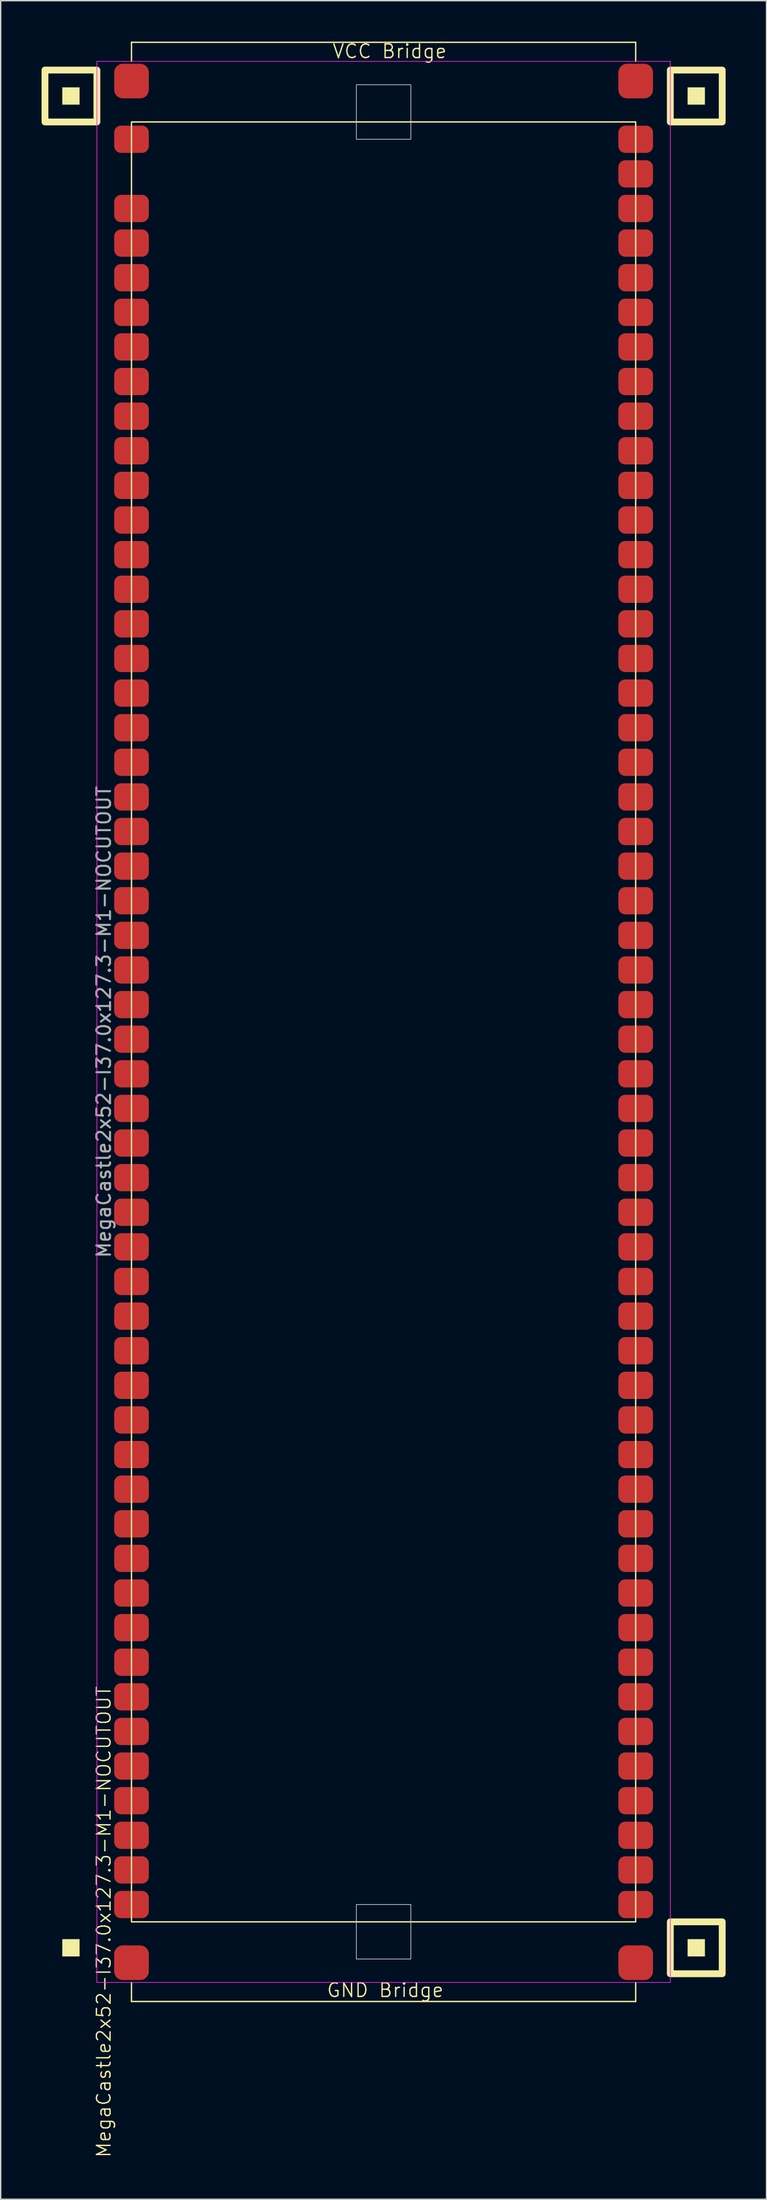
<source format=kicad_pcb>
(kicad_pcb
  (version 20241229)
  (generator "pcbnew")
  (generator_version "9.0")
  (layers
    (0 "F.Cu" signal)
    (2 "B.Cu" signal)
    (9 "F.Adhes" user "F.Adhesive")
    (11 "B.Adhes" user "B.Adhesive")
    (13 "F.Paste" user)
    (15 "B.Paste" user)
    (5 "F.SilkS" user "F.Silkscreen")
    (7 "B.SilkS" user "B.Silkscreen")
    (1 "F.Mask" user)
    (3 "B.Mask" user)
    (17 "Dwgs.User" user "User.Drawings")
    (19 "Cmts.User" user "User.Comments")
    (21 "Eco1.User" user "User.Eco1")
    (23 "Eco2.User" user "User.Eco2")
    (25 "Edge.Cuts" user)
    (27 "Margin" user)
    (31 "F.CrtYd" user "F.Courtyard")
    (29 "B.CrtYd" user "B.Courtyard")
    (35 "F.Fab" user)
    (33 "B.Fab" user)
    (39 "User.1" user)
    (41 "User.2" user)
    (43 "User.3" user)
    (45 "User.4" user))
  (footprint "MegaCastle2x52-I37.0x127.3-M1-NOCUTOUT"
    (layer "F.Cu")
    (at 25.1 71.94)
    (property "Reference" "MegaCastle2x52-I37.0x127.3-M1-NOCUTOUT" (at -20.532 66.04 90) (unlocked yes) (layer "F.SilkS") (effects (font (size 1 1) (thickness 0.1))))
    (attr smd)
    (fp_line (start -18.5 -71.885) (end 18.5 -71.885) (stroke (width 0.1) (type default)) (layer "F.SilkS"))
    (fp_line (start -18.5 -70.485) (end -18.5 -71.885) (stroke (width 0.1) (type default)) (layer "F.SilkS"))
    (fp_line (start -18.5 70.485) (end -18.5 71.885) (stroke (width 0.1) (type default)) (layer "F.SilkS"))
    (fp_line (start -18.5 71.885) (end 18.5 71.885) (stroke (width 0.1) (type default)) (layer "F.SilkS"))
    (fp_line (start 18.5 -70.485) (end 18.5 -71.885) (stroke (width 0.1) (type default)) (layer "F.SilkS"))
    (fp_line (start 18.5 70.485) (end 18.5 71.885) (stroke (width 0.1) (type default)) (layer "F.SilkS"))
    (fp_rect (start -22.31 -67.31) (end -23.58 -68.58) (stroke (width 0) (type solid)) (fill yes) (layer "F.SilkS"))
    (fp_rect (start -22.31 68.58) (end -23.58 67.31) (stroke (width 0) (type solid)) (fill yes) (layer "F.SilkS"))
    (fp_rect (start -21.04 -66.04) (end -24.85 -69.85) (stroke (width 0.5) (type default)) (fill no) (layer "F.SilkS"))
    (fp_rect (start -18.5 -66.04) (end 18.5 66.04) (stroke (width 0.1) (type default)) (fill no) (layer "F.SilkS"))
    (fp_rect (start 23.58 -67.31) (end 22.31 -68.58) (stroke (width 0) (type solid)) (fill yes) (layer "F.SilkS"))
    (fp_rect (start 23.58 68.58) (end 22.31 67.31) (stroke (width 0) (type solid)) (fill yes) (layer "F.SilkS"))
    (fp_rect (start 24.85 -66.04) (end 21.04 -69.85) (stroke (width 0.5) (type default)) (fill no) (layer "F.SilkS"))
    (fp_rect (start 24.85 69.85) (end 21.04 66.04) (stroke (width 0.5) (type default)) (fill no) (layer "F.SilkS"))
    (fp_rect (start -2 -64.77) (end 2 -68.77) (stroke (width 0.05) (type default)) (fill no) (layer "Edge.Cuts"))
    (fp_rect (start -2 64.77) (end 2 68.77) (stroke (width 0.05) (type default)) (fill no) (layer "Edge.Cuts"))
    (fp_line (start -21.04 -70.485) (end -21.04 70.485) (stroke (width 0.05) (type default)) (layer "F.CrtYd"))
    (fp_line (start -21.04 70.485) (end 21.04 70.485) (stroke (width 0.05) (type default)) (layer "F.CrtYd"))
    (fp_line (start 21.04 -70.485) (end -21.04 -70.485) (stroke (width 0.05) (type default)) (layer "F.CrtYd"))
    (fp_line (start 21.04 -70.485) (end 21.04 70.485) (stroke (width 0.05) (type default)) (layer "F.CrtYd"))
    (fp_text user "VCC Bridge" (at -3.81 -70.64 0) (unlocked yes) (layer "F.SilkS") (effects (font (size 1 1) (thickness 0.1)) (justify left bottom)))
    (fp_text user "GND Bridge" (at -4.226 71.64 0) (unlocked yes) (layer "F.SilkS") (effects (font (size 1 1) (thickness 0.1)) (justify left bottom)))
    (fp_text user "${REFERENCE}" (at -20.532 0 90) (unlocked yes) (layer "F.Fab") (effects (font (size 1 1) (thickness 0.15))))
    (pad "1" smd roundrect (at -18.5 -64.77) (size 2.54 2) (layers "F.Cu" "F.Mask" "F.Paste") (roundrect_rratio 0.25))
    (pad "3" smd roundrect (at -18.5 -59.69) (size 2.54 2) (layers "F.Cu" "F.Mask" "F.Paste") (roundrect_rratio 0.25))
    (pad "4" smd roundrect (at -18.5 -57.15) (size 2.54 2) (layers "F.Cu" "F.Mask" "F.Paste") (roundrect_rratio 0.25))
    (pad "5" smd roundrect (at -18.5 -54.61) (size 2.54 2) (layers "F.Cu" "F.Mask" "F.Paste") (roundrect_rratio 0.25))
    (pad "6" smd roundrect (at -18.5 -52.07) (size 2.54 2) (layers "F.Cu" "F.Mask" "F.Paste") (roundrect_rratio 0.25))
    (pad "7" smd roundrect (at -18.5 -49.53) (size 2.54 2) (layers "F.Cu" "F.Mask" "F.Paste") (roundrect_rratio 0.25))
    (pad "8" smd roundrect (at -18.5 -46.99) (size 2.54 2) (layers "F.Cu" "F.Mask" "F.Paste") (roundrect_rratio 0.25))
    (pad "9" smd roundrect (at -18.5 -44.45) (size 2.54 2) (layers "F.Cu" "F.Mask" "F.Paste") (roundrect_rratio 0.25))
    (pad "10" smd roundrect (at -18.5 -41.91) (size 2.54 2) (layers "F.Cu" "F.Mask" "F.Paste") (roundrect_rratio 0.25))
    (pad "11" smd roundrect (at -18.5 -39.37) (size 2.54 2) (layers "F.Cu" "F.Mask" "F.Paste") (roundrect_rratio 0.25))
    (pad "12" smd roundrect (at -18.5 -36.83) (size 2.54 2) (layers "F.Cu" "F.Mask" "F.Paste") (roundrect_rratio 0.25))
    (pad "13" smd roundrect (at -18.5 -34.29) (size 2.54 2) (layers "F.Cu" "F.Mask" "F.Paste") (roundrect_rratio 0.25))
    (pad "14" smd roundrect (at -18.5 -31.75) (size 2.54 2) (layers "F.Cu" "F.Mask" "F.Paste") (roundrect_rratio 0.25))
    (pad "15" smd roundrect (at -18.5 -29.21) (size 2.54 2) (layers "F.Cu" "F.Mask" "F.Paste") (roundrect_rratio 0.25))
    (pad "16" smd roundrect (at -18.5 -26.67) (size 2.54 2) (layers "F.Cu" "F.Mask" "F.Paste") (roundrect_rratio 0.25))
    (pad "17" smd roundrect (at -18.5 -24.13) (size 2.54 2) (layers "F.Cu" "F.Mask" "F.Paste") (roundrect_rratio 0.25))
    (pad "18" smd roundrect (at -18.5 -21.59) (size 2.54 2) (layers "F.Cu" "F.Mask" "F.Paste") (roundrect_rratio 0.25))
    (pad "19" smd roundrect (at -18.5 -19.05) (size 2.54 2) (layers "F.Cu" "F.Mask" "F.Paste") (roundrect_rratio 0.25))
    (pad "20" smd roundrect (at -18.5 -16.51) (size 2.54 2) (layers "F.Cu" "F.Mask" "F.Paste") (roundrect_rratio 0.25))
    (pad "21" smd roundrect (at -18.5 -13.97) (size 2.54 2) (layers "F.Cu" "F.Mask" "F.Paste") (roundrect_rratio 0.25))
    (pad "22" smd roundrect (at -18.5 -11.43) (size 2.54 2) (layers "F.Cu" "F.Mask" "F.Paste") (roundrect_rratio 0.25))
    (pad "23" smd roundrect (at -18.5 -8.89) (size 2.54 2) (layers "F.Cu" "F.Mask" "F.Paste") (roundrect_rratio 0.25))
    (pad "24" smd roundrect (at -18.5 -6.35) (size 2.54 2) (layers "F.Cu" "F.Mask" "F.Paste") (roundrect_rratio 0.25))
    (pad "25" smd roundrect (at -18.5 -3.81) (size 2.54 2) (layers "F.Cu" "F.Mask" "F.Paste") (roundrect_rratio 0.25))
    (pad "26" smd roundrect (at -18.5 -1.27) (size 2.54 2) (layers "F.Cu" "F.Mask" "F.Paste") (roundrect_rratio 0.25))
    (pad "27" smd roundrect (at -18.5 1.27) (size 2.54 2) (layers "F.Cu" "F.Mask" "F.Paste") (roundrect_rratio 0.25))
    (pad "28" smd roundrect (at -18.5 3.81) (size 2.54 2) (layers "F.Cu" "F.Mask" "F.Paste") (roundrect_rratio 0.25))
    (pad "29" smd roundrect (at -18.5 6.35) (size 2.54 2) (layers "F.Cu" "F.Mask" "F.Paste") (roundrect_rratio 0.25))
    (pad "30" smd roundrect (at -18.5 8.89) (size 2.54 2) (layers "F.Cu" "F.Mask" "F.Paste") (roundrect_rratio 0.25))
    (pad "31" smd roundrect (at -18.5 11.43) (size 2.54 2) (layers "F.Cu" "F.Mask" "F.Paste") (roundrect_rratio 0.25))
    (pad "32" smd roundrect (at -18.5 13.97) (size 2.54 2) (layers "F.Cu" "F.Mask" "F.Paste") (roundrect_rratio 0.25))
    (pad "33" smd roundrect (at -18.5 16.51) (size 2.54 2) (layers "F.Cu" "F.Mask" "F.Paste") (roundrect_rratio 0.25))
    (pad "34" smd roundrect (at -18.5 19.05) (size 2.54 2) (layers "F.Cu" "F.Mask" "F.Paste") (roundrect_rratio 0.25))
    (pad "35" smd roundrect (at -18.5 21.59) (size 2.54 2) (layers "F.Cu" "F.Mask" "F.Paste") (roundrect_rratio 0.25))
    (pad "36" smd roundrect (at -18.5 24.13) (size 2.54 2) (layers "F.Cu" "F.Mask" "F.Paste") (roundrect_rratio 0.25))
    (pad "37" smd roundrect (at -18.5 26.67) (size 2.54 2) (layers "F.Cu" "F.Mask" "F.Paste") (roundrect_rratio 0.25))
    (pad "38" smd roundrect (at -18.5 29.21) (size 2.54 2) (layers "F.Cu" "F.Mask" "F.Paste") (roundrect_rratio 0.25))
    (pad "39" smd roundrect (at -18.5 31.75) (size 2.54 2) (layers "F.Cu" "F.Mask" "F.Paste") (roundrect_rratio 0.25))
    (pad "40" smd roundrect (at -18.5 34.29) (size 2.54 2) (layers "F.Cu" "F.Mask" "F.Paste") (roundrect_rratio 0.25))
    (pad "41" smd roundrect (at -18.5 36.83) (size 2.54 2) (layers "F.Cu" "F.Mask" "F.Paste") (roundrect_rratio 0.25))
    (pad "42" smd roundrect (at -18.5 39.37) (size 2.54 2) (layers "F.Cu" "F.Mask" "F.Paste") (roundrect_rratio 0.25))
    (pad "43" smd roundrect (at -18.5 41.91) (size 2.54 2) (layers "F.Cu" "F.Mask" "F.Paste") (roundrect_rratio 0.25))
    (pad "44" smd roundrect (at -18.5 44.45) (size 2.54 2) (layers "F.Cu" "F.Mask" "F.Paste") (roundrect_rratio 0.25))
    (pad "45" smd roundrect (at -18.5 46.99) (size 2.54 2) (layers "F.Cu" "F.Mask" "F.Paste") (roundrect_rratio 0.25))
    (pad "46" smd roundrect (at -18.5 49.53) (size 2.54 2) (layers "F.Cu" "F.Mask" "F.Paste") (roundrect_rratio 0.25))
    (pad "47" smd roundrect (at -18.5 52.07) (size 2.54 2) (layers "F.Cu" "F.Mask" "F.Paste") (roundrect_rratio 0.25))
    (pad "48" smd roundrect (at -18.5 54.61) (size 2.54 2) (layers "F.Cu" "F.Mask" "F.Paste") (roundrect_rratio 0.25))
    (pad "49" smd roundrect (at -18.5 57.15) (size 2.54 2) (layers "F.Cu" "F.Mask" "F.Paste") (roundrect_rratio 0.25))
    (pad "50" smd roundrect (at -18.5 59.69) (size 2.54 2) (layers "F.Cu" "F.Mask" "F.Paste") (roundrect_rratio 0.25))
    (pad "51" smd roundrect (at -18.5 62.23) (size 2.54 2) (layers "F.Cu" "F.Mask" "F.Paste") (roundrect_rratio 0.25))
    (pad "52" smd roundrect (at -18.5 64.77) (size 2.54 2) (layers "F.Cu" "F.Mask" "F.Paste") (roundrect_rratio 0.25))
    (pad "53" smd roundrect (at 18.5 -64.77) (size 2.54 2) (layers "F.Cu" "F.Mask" "F.Paste") (roundrect_rratio 0.25))
    (pad "54" smd roundrect (at 18.5 -62.23) (size 2.54 2) (layers "F.Cu" "F.Mask" "F.Paste") (roundrect_rratio 0.25))
    (pad "55" smd roundrect (at 18.5 -59.69) (size 2.54 2) (layers "F.Cu" "F.Mask" "F.Paste") (roundrect_rratio 0.25))
    (pad "56" smd roundrect (at 18.5 -57.15) (size 2.54 2) (layers "F.Cu" "F.Mask" "F.Paste") (roundrect_rratio 0.25))
    (pad "57" smd roundrect (at 18.5 -54.61) (size 2.54 2) (layers "F.Cu" "F.Mask" "F.Paste") (roundrect_rratio 0.25))
    (pad "58" smd roundrect (at 18.5 -52.07) (size 2.54 2) (layers "F.Cu" "F.Mask" "F.Paste") (roundrect_rratio 0.25))
    (pad "59" smd roundrect (at 18.5 -49.53) (size 2.54 2) (layers "F.Cu" "F.Mask" "F.Paste") (roundrect_rratio 0.25))
    (pad "60" smd roundrect (at 18.5 -46.99) (size 2.54 2) (layers "F.Cu" "F.Mask" "F.Paste") (roundrect_rratio 0.25))
    (pad "61" smd roundrect (at 18.5 -44.45) (size 2.54 2) (layers "F.Cu" "F.Mask" "F.Paste") (roundrect_rratio 0.25))
    (pad "62" smd roundrect (at 18.5 -41.91) (size 2.54 2) (layers "F.Cu" "F.Mask" "F.Paste") (roundrect_rratio 0.25))
    (pad "63" smd roundrect (at 18.5 -39.37) (size 2.54 2) (layers "F.Cu" "F.Mask" "F.Paste") (roundrect_rratio 0.25))
    (pad "64" smd roundrect (at 18.5 -36.83) (size 2.54 2) (layers "F.Cu" "F.Mask" "F.Paste") (roundrect_rratio 0.25))
    (pad "65" smd roundrect (at 18.5 -34.29) (size 2.54 2) (layers "F.Cu" "F.Mask" "F.Paste") (roundrect_rratio 0.25))
    (pad "66" smd roundrect (at 18.5 -31.75) (size 2.54 2) (layers "F.Cu" "F.Mask" "F.Paste") (roundrect_rratio 0.25))
    (pad "67" smd roundrect (at 18.5 -29.21) (size 2.54 2) (layers "F.Cu" "F.Mask" "F.Paste") (roundrect_rratio 0.25))
    (pad "68" smd roundrect (at 18.5 -26.67) (size 2.54 2) (layers "F.Cu" "F.Mask" "F.Paste") (roundrect_rratio 0.25))
    (pad "69" smd roundrect (at 18.5 -24.13) (size 2.54 2) (layers "F.Cu" "F.Mask" "F.Paste") (roundrect_rratio 0.25))
    (pad "70" smd roundrect (at 18.5 -21.59) (size 2.54 2) (layers "F.Cu" "F.Mask" "F.Paste") (roundrect_rratio 0.25))
    (pad "71" smd roundrect (at 18.5 -19.05) (size 2.54 2) (layers "F.Cu" "F.Mask" "F.Paste") (roundrect_rratio 0.25))
    (pad "72" smd roundrect (at 18.5 -16.51) (size 2.54 2) (layers "F.Cu" "F.Mask" "F.Paste") (roundrect_rratio 0.25))
    (pad "73" smd roundrect (at 18.5 -13.97) (size 2.54 2) (layers "F.Cu" "F.Mask" "F.Paste") (roundrect_rratio 0.25))
    (pad "74" smd roundrect (at 18.5 -11.43) (size 2.54 2) (layers "F.Cu" "F.Mask" "F.Paste") (roundrect_rratio 0.25))
    (pad "75" smd roundrect (at 18.5 -8.89) (size 2.54 2) (layers "F.Cu" "F.Mask" "F.Paste") (roundrect_rratio 0.25))
    (pad "76" smd roundrect (at 18.5 -6.35) (size 2.54 2) (layers "F.Cu" "F.Mask" "F.Paste") (roundrect_rratio 0.25))
    (pad "77" smd roundrect (at 18.5 -3.81) (size 2.54 2) (layers "F.Cu" "F.Mask" "F.Paste") (roundrect_rratio 0.25))
    (pad "78" smd roundrect (at 18.5 -1.27) (size 2.54 2) (layers "F.Cu" "F.Mask" "F.Paste") (roundrect_rratio 0.25))
    (pad "79" smd roundrect (at 18.5 1.27) (size 2.54 2) (layers "F.Cu" "F.Mask" "F.Paste") (roundrect_rratio 0.25))
    (pad "80" smd roundrect (at 18.5 3.81) (size 2.54 2) (layers "F.Cu" "F.Mask" "F.Paste") (roundrect_rratio 0.25))
    (pad "81" smd roundrect (at 18.5 6.35) (size 2.54 2) (layers "F.Cu" "F.Mask" "F.Paste") (roundrect_rratio 0.25))
    (pad "82" smd roundrect (at 18.5 8.89) (size 2.54 2) (layers "F.Cu" "F.Mask" "F.Paste") (roundrect_rratio 0.25))
    (pad "83" smd roundrect (at 18.5 11.43) (size 2.54 2) (layers "F.Cu" "F.Mask" "F.Paste") (roundrect_rratio 0.25))
    (pad "84" smd roundrect (at 18.5 13.97) (size 2.54 2) (layers "F.Cu" "F.Mask" "F.Paste") (roundrect_rratio 0.25))
    (pad "85" smd roundrect (at 18.5 16.51) (size 2.54 2) (layers "F.Cu" "F.Mask" "F.Paste") (roundrect_rratio 0.25))
    (pad "86" smd roundrect (at 18.5 19.05) (size 2.54 2) (layers "F.Cu" "F.Mask" "F.Paste") (roundrect_rratio 0.25))
    (pad "87" smd roundrect (at 18.5 21.59) (size 2.54 2) (layers "F.Cu" "F.Mask" "F.Paste") (roundrect_rratio 0.25))
    (pad "88" smd roundrect (at 18.5 24.13) (size 2.54 2) (layers "F.Cu" "F.Mask" "F.Paste") (roundrect_rratio 0.25))
    (pad "89" smd roundrect (at 18.5 26.67) (size 2.54 2) (layers "F.Cu" "F.Mask" "F.Paste") (roundrect_rratio 0.25))
    (pad "90" smd roundrect (at 18.5 29.21) (size 2.54 2) (layers "F.Cu" "F.Mask" "F.Paste") (roundrect_rratio 0.25))
    (pad "91" smd roundrect (at 18.5 31.75) (size 2.54 2) (layers "F.Cu" "F.Mask" "F.Paste") (roundrect_rratio 0.25))
    (pad "92" smd roundrect (at 18.5 34.29) (size 2.54 2) (layers "F.Cu" "F.Mask" "F.Paste") (roundrect_rratio 0.25))
    (pad "93" smd roundrect (at 18.5 36.83) (size 2.54 2) (layers "F.Cu" "F.Mask" "F.Paste") (roundrect_rratio 0.25))
    (pad "94" smd roundrect (at 18.5 39.37) (size 2.54 2) (layers "F.Cu" "F.Mask" "F.Paste") (roundrect_rratio 0.25))
    (pad "95" smd roundrect (at 18.5 41.91) (size 2.54 2) (layers "F.Cu" "F.Mask" "F.Paste") (roundrect_rratio 0.25))
    (pad "96" smd roundrect (at 18.5 44.45) (size 2.54 2) (layers "F.Cu" "F.Mask" "F.Paste") (roundrect_rratio 0.25))
    (pad "97" smd roundrect (at 18.5 46.99) (size 2.54 2) (layers "F.Cu" "F.Mask" "F.Paste") (roundrect_rratio 0.25))
    (pad "98" smd roundrect (at 18.5 49.53) (size 2.54 2) (layers "F.Cu" "F.Mask" "F.Paste") (roundrect_rratio 0.25))
    (pad "99" smd roundrect (at 18.5 52.07) (size 2.54 2) (layers "F.Cu" "F.Mask" "F.Paste") (roundrect_rratio 0.25))
    (pad "100" smd roundrect (at 18.5 54.61) (size 2.54 2) (layers "F.Cu" "F.Mask" "F.Paste") (roundrect_rratio 0.25))
    (pad "101" smd roundrect (at 18.5 57.15) (size 2.54 2) (layers "F.Cu" "F.Mask" "F.Paste") (roundrect_rratio 0.25))
    (pad "102" smd roundrect (at 18.5 59.69) (size 2.54 2) (layers "F.Cu" "F.Mask" "F.Paste") (roundrect_rratio 0.25))
    (pad "103" smd roundrect (at 18.5 62.23) (size 2.54 2) (layers "F.Cu" "F.Mask" "F.Paste") (roundrect_rratio 0.25))
    (pad "104" smd roundrect (at 18.5 64.77) (size 2.54 2) (layers "F.Cu" "F.Mask" "F.Paste") (roundrect_rratio 0.25))
    (pad "A1" smd roundrect (at -18.5 -69.04) (size 2.54 2.54) (layers "F.Cu" "F.Mask" "F.Paste") (roundrect_rratio 0.25))
    (pad "A2" smd roundrect (at 18.5 -69.04) (size 2.54 2.54) (layers "F.Cu" "F.Mask" "F.Paste") (roundrect_rratio 0.25))
    (pad "B1" smd roundrect (at -18.5 69.04) (size 2.54 2.54) (layers "F.Cu" "F.Mask" "F.Paste") (roundrect_rratio 0.25))
    (pad "B2" smd roundrect (at 18.5 69.04) (size 2.54 2.54) (layers "F.Cu" "F.Mask" "F.Paste") (roundrect_rratio 0.25)))
  (gr_rect
    (start -3 -3)
    (end 53.2 158.34)
    (stroke (width 0.1) (type default))
    (fill no)
    (layer "Edge.Cuts")))
</source>
